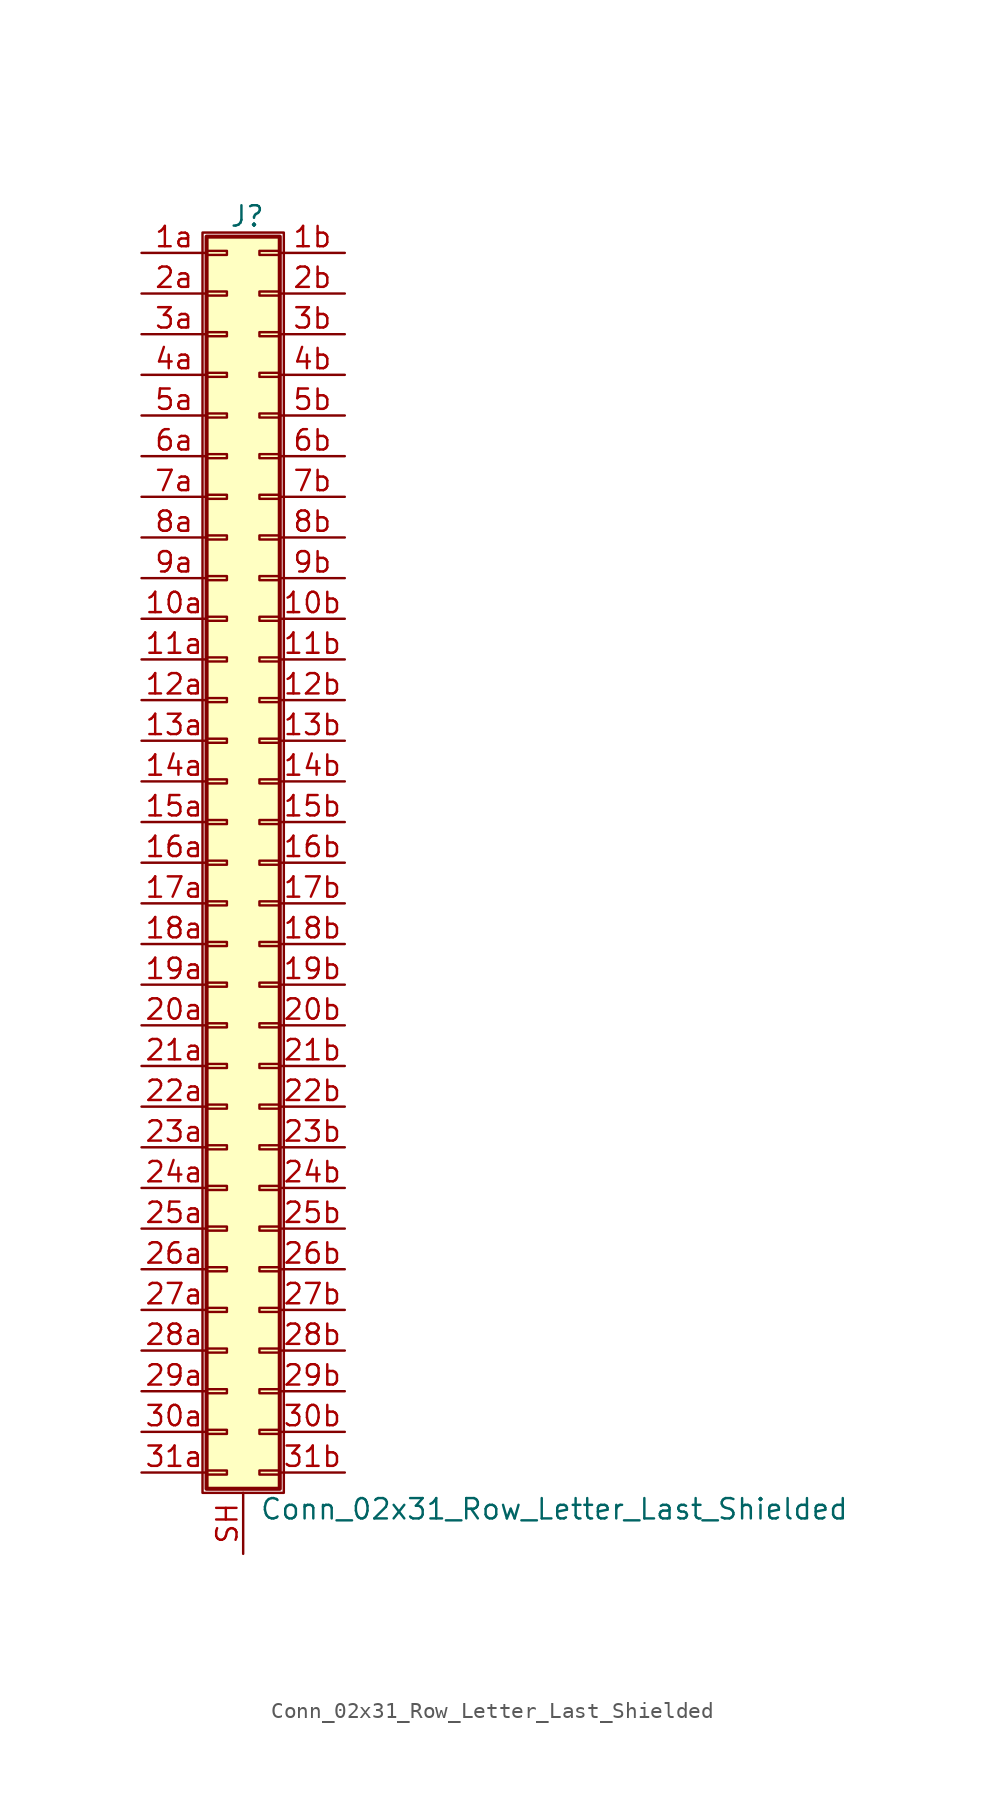
<source format=kicad_sym>
(kicad_symbol_lib
  (version 20211014)
  (generator kicad_symbol_editor)
  (symbol "Conn_02x31_Row_Letter_Last_Shielded"
    (pin_names
      (offset 1.016) hide)
    (property "Reference" "J"
      (at 1.524 40.386 0)
      (effects (font (size 1.27 1.27))))
    (property "Value" "Conn_02x31_Row_Letter_Last_Shielded"
      (at 2.286 -40.386 0)
      (effects (font (size 1.27 1.27)) (justify left)))
    (symbol "Conn_02x31_Row_Letter_Last_Shielded_1_1"
      (rectangle (start -1.27 39.37) (end 3.81 -39.37) (stroke (width 0.152) (type default) (color 0 0 0 0)) (fill (type none)))
      (rectangle (start -1.016 -37.973) (end 0.254 -38.227) (stroke (width 0.152) (type default) (color 0 0 0 0)) (fill (type none)))
      (rectangle (start -1.016 -35.433) (end 0.254 -35.687) (stroke (width 0.152) (type default) (color 0 0 0 0)) (fill (type none)))
      (rectangle (start -1.016 -32.893) (end 0.254 -33.147) (stroke (width 0.152) (type default) (color 0 0 0 0)) (fill (type none)))
      (rectangle (start -1.016 -30.353) (end 0.254 -30.607) (stroke (width 0.152) (type default) (color 0 0 0 0)) (fill (type none)))
      (rectangle (start -1.016 -27.813) (end 0.254 -28.067) (stroke (width 0.152) (type default) (color 0 0 0 0)) (fill (type none)))
      (rectangle (start -1.016 -25.273) (end 0.254 -25.527) (stroke (width 0.152) (type default) (color 0 0 0 0)) (fill (type none)))
      (rectangle (start -1.016 -22.733) (end 0.254 -22.987) (stroke (width 0.152) (type default) (color 0 0 0 0)) (fill (type none)))
      (rectangle (start -1.016 -20.193) (end 0.254 -20.447) (stroke (width 0.152) (type default) (color 0 0 0 0)) (fill (type none)))
      (rectangle (start -1.016 -17.653) (end 0.254 -17.907) (stroke (width 0.152) (type default) (color 0 0 0 0)) (fill (type none)))
      (rectangle (start -1.016 -15.113) (end 0.254 -15.367) (stroke (width 0.152) (type default) (color 0 0 0 0)) (fill (type none)))
      (rectangle (start -1.016 -12.573) (end 0.254 -12.827) (stroke (width 0.152) (type default) (color 0 0 0 0)) (fill (type none)))
      (rectangle (start -1.016 -10.033) (end 0.254 -10.287) (stroke (width 0.152) (type default) (color 0 0 0 0)) (fill (type none)))
      (rectangle (start -1.016 -7.493) (end 0.254 -7.747) (stroke (width 0.152) (type default) (color 0 0 0 0)) (fill (type none)))
      (rectangle (start -1.016 -4.953) (end 0.254 -5.207) (stroke (width 0.152) (type default) (color 0 0 0 0)) (fill (type none)))
      (rectangle (start -1.016 -2.413) (end 0.254 -2.667) (stroke (width 0.152) (type default) (color 0 0 0 0)) (fill (type none)))
      (rectangle (start -1.016 0.127) (end 0.254 -0.127) (stroke (width 0.152) (type default) (color 0 0 0 0)) (fill (type none)))
      (rectangle (start -1.016 2.667) (end 0.254 2.413) (stroke (width 0.152) (type default) (color 0 0 0 0)) (fill (type none)))
      (rectangle (start -1.016 5.207) (end 0.254 4.953) (stroke (width 0.152) (type default) (color 0 0 0 0)) (fill (type none)))
      (rectangle (start -1.016 7.747) (end 0.254 7.493) (stroke (width 0.152) (type default) (color 0 0 0 0)) (fill (type none)))
      (rectangle (start -1.016 10.287) (end 0.254 10.033) (stroke (width 0.152) (type default) (color 0 0 0 0)) (fill (type none)))
      (rectangle (start -1.016 12.827) (end 0.254 12.573) (stroke (width 0.152) (type default) (color 0 0 0 0)) (fill (type none)))
      (rectangle (start -1.016 15.367) (end 0.254 15.113) (stroke (width 0.152) (type default) (color 0 0 0 0)) (fill (type none)))
      (rectangle (start -1.016 17.907) (end 0.254 17.653) (stroke (width 0.152) (type default) (color 0 0 0 0)) (fill (type none)))
      (rectangle (start -1.016 20.447) (end 0.254 20.193) (stroke (width 0.152) (type default) (color 0 0 0 0)) (fill (type none)))
      (rectangle (start -1.016 22.987) (end 0.254 22.733) (stroke (width 0.152) (type default) (color 0 0 0 0)) (fill (type none)))
      (rectangle (start -1.016 25.527) (end 0.254 25.273) (stroke (width 0.152) (type default) (color 0 0 0 0)) (fill (type none)))
      (rectangle (start -1.016 28.067) (end 0.254 27.813) (stroke (width 0.152) (type default) (color 0 0 0 0)) (fill (type none)))
      (rectangle (start -1.016 30.607) (end 0.254 30.353) (stroke (width 0.152) (type default) (color 0 0 0 0)) (fill (type none)))
      (rectangle (start -1.016 33.147) (end 0.254 32.893) (stroke (width 0.152) (type default) (color 0 0 0 0)) (fill (type none)))
      (rectangle (start -1.016 35.687) (end 0.254 35.433) (stroke (width 0.152) (type default) (color 0 0 0 0)) (fill (type none)))
      (rectangle (start -1.016 38.227) (end 0.254 37.973) (stroke (width 0.152) (type default) (color 0 0 0 0)) (fill (type none)))
      (rectangle (start -1.016 39.116) (end 3.556 -39.116) (stroke (width 0.254) (type default) (color 0 0 0 0)) (fill (type background)))
      (rectangle (start 3.556 -37.973) (end 2.286 -38.227) (stroke (width 0.152) (type default) (color 0 0 0 0)) (fill (type none)))
      (rectangle (start 3.556 -35.433) (end 2.286 -35.687) (stroke (width 0.152) (type default) (color 0 0 0 0)) (fill (type none)))
      (rectangle (start 3.556 -32.893) (end 2.286 -33.147) (stroke (width 0.152) (type default) (color 0 0 0 0)) (fill (type none)))
      (rectangle (start 3.556 -30.353) (end 2.286 -30.607) (stroke (width 0.152) (type default) (color 0 0 0 0)) (fill (type none)))
      (rectangle (start 3.556 -27.813) (end 2.286 -28.067) (stroke (width 0.152) (type default) (color 0 0 0 0)) (fill (type none)))
      (rectangle (start 3.556 -25.273) (end 2.286 -25.527) (stroke (width 0.152) (type default) (color 0 0 0 0)) (fill (type none)))
      (rectangle (start 3.556 -22.733) (end 2.286 -22.987) (stroke (width 0.152) (type default) (color 0 0 0 0)) (fill (type none)))
      (rectangle (start 3.556 -20.193) (end 2.286 -20.447) (stroke (width 0.152) (type default) (color 0 0 0 0)) (fill (type none)))
      (rectangle (start 3.556 -17.653) (end 2.286 -17.907) (stroke (width 0.152) (type default) (color 0 0 0 0)) (fill (type none)))
      (rectangle (start 3.556 -15.113) (end 2.286 -15.367) (stroke (width 0.152) (type default) (color 0 0 0 0)) (fill (type none)))
      (rectangle (start 3.556 -12.573) (end 2.286 -12.827) (stroke (width 0.152) (type default) (color 0 0 0 0)) (fill (type none)))
      (rectangle (start 3.556 -10.033) (end 2.286 -10.287) (stroke (width 0.152) (type default) (color 0 0 0 0)) (fill (type none)))
      (rectangle (start 3.556 -7.493) (end 2.286 -7.747) (stroke (width 0.152) (type default) (color 0 0 0 0)) (fill (type none)))
      (rectangle (start 3.556 -4.953) (end 2.286 -5.207) (stroke (width 0.152) (type default) (color 0 0 0 0)) (fill (type none)))
      (rectangle (start 3.556 -2.413) (end 2.286 -2.667) (stroke (width 0.152) (type default) (color 0 0 0 0)) (fill (type none)))
      (rectangle (start 3.556 0.127) (end 2.286 -0.127) (stroke (width 0.152) (type default) (color 0 0 0 0)) (fill (type none)))
      (rectangle (start 3.556 2.667) (end 2.286 2.413) (stroke (width 0.152) (type default) (color 0 0 0 0)) (fill (type none)))
      (rectangle (start 3.556 5.207) (end 2.286 4.953) (stroke (width 0.152) (type default) (color 0 0 0 0)) (fill (type none)))
      (rectangle (start 3.556 7.747) (end 2.286 7.493) (stroke (width 0.152) (type default) (color 0 0 0 0)) (fill (type none)))
      (rectangle (start 3.556 10.287) (end 2.286 10.033) (stroke (width 0.152) (type default) (color 0 0 0 0)) (fill (type none)))
      (rectangle (start 3.556 12.827) (end 2.286 12.573) (stroke (width 0.152) (type default) (color 0 0 0 0)) (fill (type none)))
      (rectangle (start 3.556 15.367) (end 2.286 15.113) (stroke (width 0.152) (type default) (color 0 0 0 0)) (fill (type none)))
      (rectangle (start 3.556 17.907) (end 2.286 17.653) (stroke (width 0.152) (type default) (color 0 0 0 0)) (fill (type none)))
      (rectangle (start 3.556 20.447) (end 2.286 20.193) (stroke (width 0.152) (type default) (color 0 0 0 0)) (fill (type none)))
      (rectangle (start 3.556 22.987) (end 2.286 22.733) (stroke (width 0.152) (type default) (color 0 0 0 0)) (fill (type none)))
      (rectangle (start 3.556 25.527) (end 2.286 25.273) (stroke (width 0.152) (type default) (color 0 0 0 0)) (fill (type none)))
      (rectangle (start 3.556 28.067) (end 2.286 27.813) (stroke (width 0.152) (type default) (color 0 0 0 0)) (fill (type none)))
      (rectangle (start 3.556 30.607) (end 2.286 30.353) (stroke (width 0.152) (type default) (color 0 0 0 0)) (fill (type none)))
      (rectangle (start 3.556 33.147) (end 2.286 32.893) (stroke (width 0.152) (type default) (color 0 0 0 0)) (fill (type none)))
      (rectangle (start 3.556 35.687) (end 2.286 35.433) (stroke (width 0.152) (type default) (color 0 0 0 0)) (fill (type none)))
      (rectangle (start 3.556 38.227) (end 2.286 37.973) (stroke (width 0.152) (type default) (color 0 0 0 0)) (fill (type none)))
      (pin passive line (at -5.08 15.24 0) (length 4.064) (name "Pin_10a" (effects (font (size 1.27 1.27)))) (number "10a" (effects (font (size 1.27 1.27)))))
      (pin passive line (at 7.62 15.24 180) (length 4.064) (name "Pin_10b" (effects (font (size 1.27 1.27)))) (number "10b" (effects (font (size 1.27 1.27)))))
      (pin passive line (at -5.08 12.7 0) (length 4.064) (name "Pin_11a" (effects (font (size 1.27 1.27)))) (number "11a" (effects (font (size 1.27 1.27)))))
      (pin passive line (at 7.62 12.7 180) (length 4.064) (name "Pin_11b" (effects (font (size 1.27 1.27)))) (number "11b" (effects (font (size 1.27 1.27)))))
      (pin passive line (at -5.08 10.16 0) (length 4.064) (name "Pin_12a" (effects (font (size 1.27 1.27)))) (number "12a" (effects (font (size 1.27 1.27)))))
      (pin passive line (at 7.62 10.16 180) (length 4.064) (name "Pin_12b" (effects (font (size 1.27 1.27)))) (number "12b" (effects (font (size 1.27 1.27)))))
      (pin passive line (at -5.08 7.62 0) (length 4.064) (name "Pin_13a" (effects (font (size 1.27 1.27)))) (number "13a" (effects (font (size 1.27 1.27)))))
      (pin passive line (at 7.62 7.62 180) (length 4.064) (name "Pin_13b" (effects (font (size 1.27 1.27)))) (number "13b" (effects (font (size 1.27 1.27)))))
      (pin passive line (at -5.08 5.08 0) (length 4.064) (name "Pin_14a" (effects (font (size 1.27 1.27)))) (number "14a" (effects (font (size 1.27 1.27)))))
      (pin passive line (at 7.62 5.08 180) (length 4.064) (name "Pin_14b" (effects (font (size 1.27 1.27)))) (number "14b" (effects (font (size 1.27 1.27)))))
      (pin passive line (at -5.08 2.54 0) (length 4.064) (name "Pin_15a" (effects (font (size 1.27 1.27)))) (number "15a" (effects (font (size 1.27 1.27)))))
      (pin passive line (at 7.62 2.54 180) (length 4.064) (name "Pin_15b" (effects (font (size 1.27 1.27)))) (number "15b" (effects (font (size 1.27 1.27)))))
      (pin passive line (at -5.08 0 0) (length 4.064) (name "Pin_16a" (effects (font (size 1.27 1.27)))) (number "16a" (effects (font (size 1.27 1.27)))))
      (pin passive line (at 7.62 0 180) (length 4.064) (name "Pin_16b" (effects (font (size 1.27 1.27)))) (number "16b" (effects (font (size 1.27 1.27)))))
      (pin passive line (at -5.08 -2.54 0) (length 4.064) (name "Pin_17a" (effects (font (size 1.27 1.27)))) (number "17a" (effects (font (size 1.27 1.27)))))
      (pin passive line (at 7.62 -2.54 180) (length 4.064) (name "Pin_17b" (effects (font (size 1.27 1.27)))) (number "17b" (effects (font (size 1.27 1.27)))))
      (pin passive line (at -5.08 -5.08 0) (length 4.064) (name "Pin_18a" (effects (font (size 1.27 1.27)))) (number "18a" (effects (font (size 1.27 1.27)))))
      (pin passive line (at 7.62 -5.08 180) (length 4.064) (name "Pin_18b" (effects (font (size 1.27 1.27)))) (number "18b" (effects (font (size 1.27 1.27)))))
      (pin passive line (at -5.08 -7.62 0) (length 4.064) (name "Pin_19a" (effects (font (size 1.27 1.27)))) (number "19a" (effects (font (size 1.27 1.27)))))
      (pin passive line (at 7.62 -7.62 180) (length 4.064) (name "Pin_19b" (effects (font (size 1.27 1.27)))) (number "19b" (effects (font (size 1.27 1.27)))))
      (pin passive line (at -5.08 38.1 0) (length 4.064) (name "Pin_1a" (effects (font (size 1.27 1.27)))) (number "1a" (effects (font (size 1.27 1.27)))))
      (pin passive line (at 7.62 38.1 180) (length 4.064) (name "Pin_1b" (effects (font (size 1.27 1.27)))) (number "1b" (effects (font (size 1.27 1.27)))))
      (pin passive line (at -5.08 -10.16 0) (length 4.064) (name "Pin_20a" (effects (font (size 1.27 1.27)))) (number "20a" (effects (font (size 1.27 1.27)))))
      (pin passive line (at 7.62 -10.16 180) (length 4.064) (name "Pin_20b" (effects (font (size 1.27 1.27)))) (number "20b" (effects (font (size 1.27 1.27)))))
      (pin passive line (at -5.08 -12.7 0) (length 4.064) (name "Pin_21a" (effects (font (size 1.27 1.27)))) (number "21a" (effects (font (size 1.27 1.27)))))
      (pin passive line (at 7.62 -12.7 180) (length 4.064) (name "Pin_21b" (effects (font (size 1.27 1.27)))) (number "21b" (effects (font (size 1.27 1.27)))))
      (pin passive line (at -5.08 -15.24 0) (length 4.064) (name "Pin_22a" (effects (font (size 1.27 1.27)))) (number "22a" (effects (font (size 1.27 1.27)))))
      (pin passive line (at 7.62 -15.24 180) (length 4.064) (name "Pin_22b" (effects (font (size 1.27 1.27)))) (number "22b" (effects (font (size 1.27 1.27)))))
      (pin passive line (at -5.08 -17.78 0) (length 4.064) (name "Pin_23a" (effects (font (size 1.27 1.27)))) (number "23a" (effects (font (size 1.27 1.27)))))
      (pin passive line (at 7.62 -17.78 180) (length 4.064) (name "Pin_23b" (effects (font (size 1.27 1.27)))) (number "23b" (effects (font (size 1.27 1.27)))))
      (pin passive line (at -5.08 -20.32 0) (length 4.064) (name "Pin_24a" (effects (font (size 1.27 1.27)))) (number "24a" (effects (font (size 1.27 1.27)))))
      (pin passive line (at 7.62 -20.32 180) (length 4.064) (name "Pin_24b" (effects (font (size 1.27 1.27)))) (number "24b" (effects (font (size 1.27 1.27)))))
      (pin passive line (at -5.08 -22.86 0) (length 4.064) (name "Pin_25a" (effects (font (size 1.27 1.27)))) (number "25a" (effects (font (size 1.27 1.27)))))
      (pin passive line (at 7.62 -22.86 180) (length 4.064) (name "Pin_25b" (effects (font (size 1.27 1.27)))) (number "25b" (effects (font (size 1.27 1.27)))))
      (pin passive line (at -5.08 -25.4 0) (length 4.064) (name "Pin_26a" (effects (font (size 1.27 1.27)))) (number "26a" (effects (font (size 1.27 1.27)))))
      (pin passive line (at 7.62 -25.4 180) (length 4.064) (name "Pin_26b" (effects (font (size 1.27 1.27)))) (number "26b" (effects (font (size 1.27 1.27)))))
      (pin passive line (at -5.08 -27.94 0) (length 4.064) (name "Pin_27a" (effects (font (size 1.27 1.27)))) (number "27a" (effects (font (size 1.27 1.27)))))
      (pin passive line (at 7.62 -27.94 180) (length 4.064) (name "Pin_27b" (effects (font (size 1.27 1.27)))) (number "27b" (effects (font (size 1.27 1.27)))))
      (pin passive line (at -5.08 -30.48 0) (length 4.064) (name "Pin_28a" (effects (font (size 1.27 1.27)))) (number "28a" (effects (font (size 1.27 1.27)))))
      (pin passive line (at 7.62 -30.48 180) (length 4.064) (name "Pin_28b" (effects (font (size 1.27 1.27)))) (number "28b" (effects (font (size 1.27 1.27)))))
      (pin passive line (at -5.08 -33.02 0) (length 4.064) (name "Pin_29a" (effects (font (size 1.27 1.27)))) (number "29a" (effects (font (size 1.27 1.27)))))
      (pin passive line (at 7.62 -33.02 180) (length 4.064) (name "Pin_29b" (effects (font (size 1.27 1.27)))) (number "29b" (effects (font (size 1.27 1.27)))))
      (pin passive line (at -5.08 35.56 0) (length 4.064) (name "Pin_2a" (effects (font (size 1.27 1.27)))) (number "2a" (effects (font (size 1.27 1.27)))))
      (pin passive line (at 7.62 35.56 180) (length 4.064) (name "Pin_2b" (effects (font (size 1.27 1.27)))) (number "2b" (effects (font (size 1.27 1.27)))))
      (pin passive line (at -5.08 -35.56 0) (length 4.064) (name "Pin_30a" (effects (font (size 1.27 1.27)))) (number "30a" (effects (font (size 1.27 1.27)))))
      (pin passive line (at 7.62 -35.56 180) (length 4.064) (name "Pin_30b" (effects (font (size 1.27 1.27)))) (number "30b" (effects (font (size 1.27 1.27)))))
      (pin passive line (at -5.08 -38.1 0) (length 4.064) (name "Pin_31a" (effects (font (size 1.27 1.27)))) (number "31a" (effects (font (size 1.27 1.27)))))
      (pin passive line (at 7.62 -38.1 180) (length 4.064) (name "Pin_31b" (effects (font (size 1.27 1.27)))) (number "31b" (effects (font (size 1.27 1.27)))))
      (pin passive line (at -5.08 33.02 0) (length 4.064) (name "Pin_3a" (effects (font (size 1.27 1.27)))) (number "3a" (effects (font (size 1.27 1.27)))))
      (pin passive line (at 7.62 33.02 180) (length 4.064) (name "Pin_3b" (effects (font (size 1.27 1.27)))) (number "3b" (effects (font (size 1.27 1.27)))))
      (pin passive line (at -5.08 30.48 0) (length 4.064) (name "Pin_4a" (effects (font (size 1.27 1.27)))) (number "4a" (effects (font (size 1.27 1.27)))))
      (pin passive line (at 7.62 30.48 180) (length 4.064) (name "Pin_4b" (effects (font (size 1.27 1.27)))) (number "4b" (effects (font (size 1.27 1.27)))))
      (pin passive line (at -5.08 27.94 0) (length 4.064) (name "Pin_5a" (effects (font (size 1.27 1.27)))) (number "5a" (effects (font (size 1.27 1.27)))))
      (pin passive line (at 7.62 27.94 180) (length 4.064) (name "Pin_5b" (effects (font (size 1.27 1.27)))) (number "5b" (effects (font (size 1.27 1.27)))))
      (pin passive line (at -5.08 25.4 0) (length 4.064) (name "Pin_6a" (effects (font (size 1.27 1.27)))) (number "6a" (effects (font (size 1.27 1.27)))))
      (pin passive line (at 7.62 25.4 180) (length 4.064) (name "Pin_6b" (effects (font (size 1.27 1.27)))) (number "6b" (effects (font (size 1.27 1.27)))))
      (pin passive line (at -5.08 22.86 0) (length 4.064) (name "Pin_7a" (effects (font (size 1.27 1.27)))) (number "7a" (effects (font (size 1.27 1.27)))))
      (pin passive line (at 7.62 22.86 180) (length 4.064) (name "Pin_7b" (effects (font (size 1.27 1.27)))) (number "7b" (effects (font (size 1.27 1.27)))))
      (pin passive line (at -5.08 20.32 0) (length 4.064) (name "Pin_8a" (effects (font (size 1.27 1.27)))) (number "8a" (effects (font (size 1.27 1.27)))))
      (pin passive line (at 7.62 20.32 180) (length 4.064) (name "Pin_8b" (effects (font (size 1.27 1.27)))) (number "8b" (effects (font (size 1.27 1.27)))))
      (pin passive line (at -5.08 17.78 0) (length 4.064) (name "Pin_9a" (effects (font (size 1.27 1.27)))) (number "9a" (effects (font (size 1.27 1.27)))))
      (pin passive line (at 7.62 17.78 180) (length 4.064) (name "Pin_9b" (effects (font (size 1.27 1.27)))) (number "9b" (effects (font (size 1.27 1.27)))))
      (pin passive line (at 1.27 -43.18 90) (length 3.81) (name "Shield" (effects (font (size 1.27 1.27)))) (number "SH" (effects (font (size 1.27 1.27))))))))
</source>
